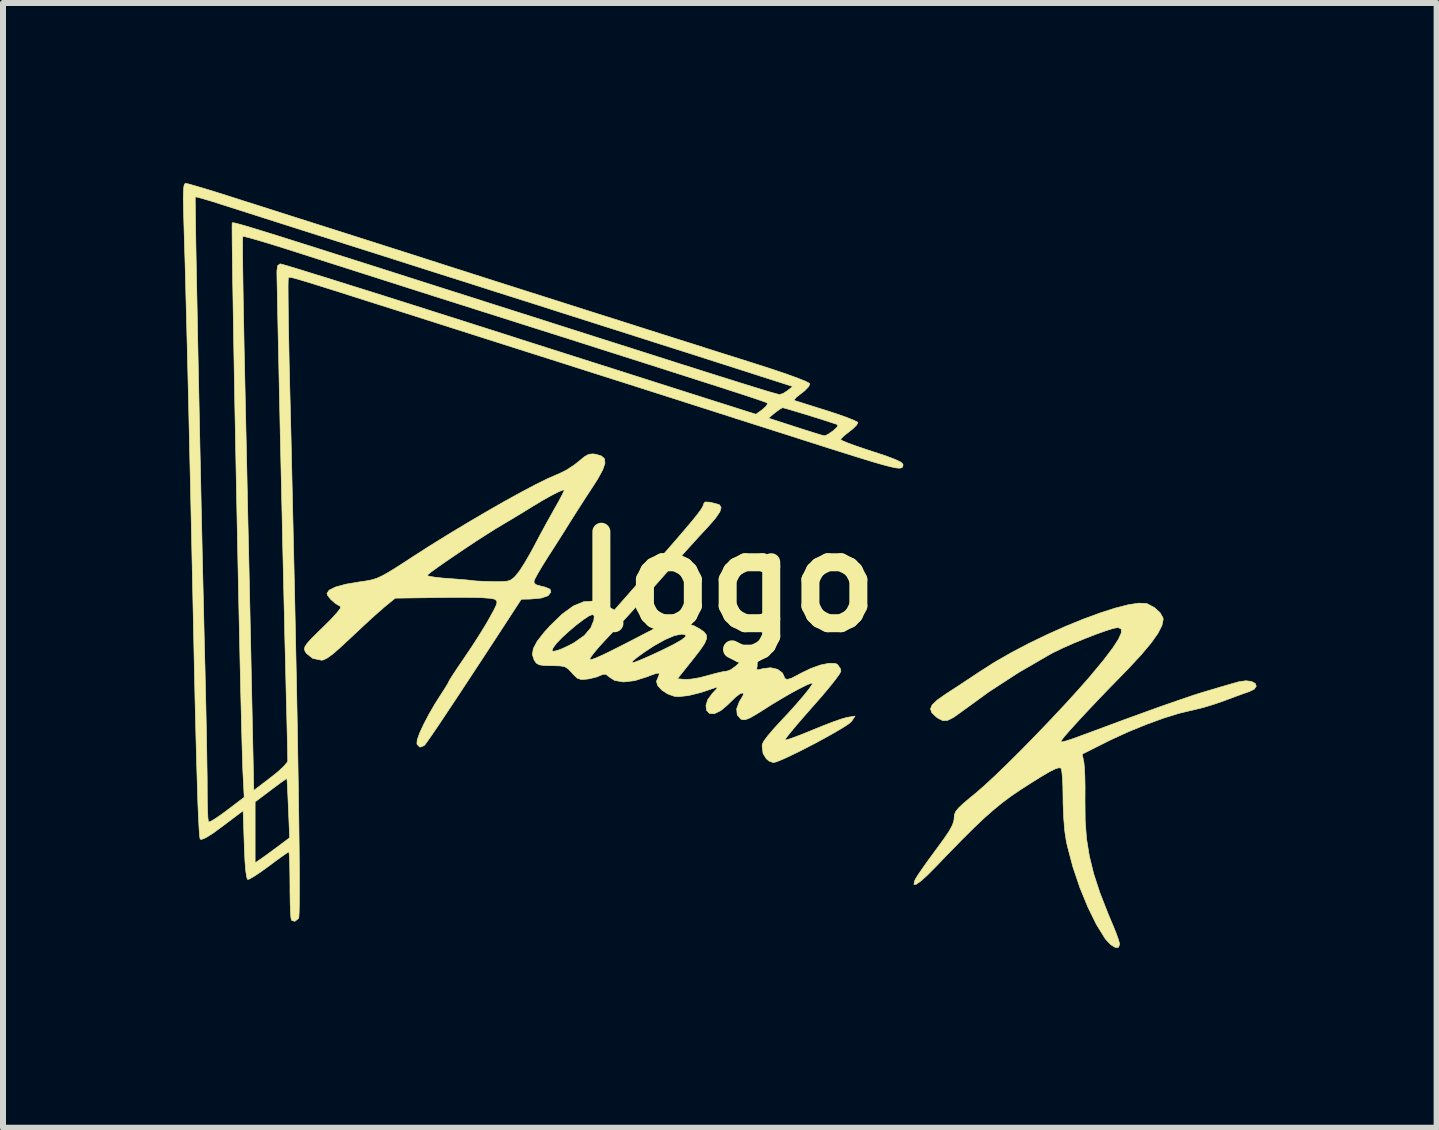
<source format=kicad_pcb>
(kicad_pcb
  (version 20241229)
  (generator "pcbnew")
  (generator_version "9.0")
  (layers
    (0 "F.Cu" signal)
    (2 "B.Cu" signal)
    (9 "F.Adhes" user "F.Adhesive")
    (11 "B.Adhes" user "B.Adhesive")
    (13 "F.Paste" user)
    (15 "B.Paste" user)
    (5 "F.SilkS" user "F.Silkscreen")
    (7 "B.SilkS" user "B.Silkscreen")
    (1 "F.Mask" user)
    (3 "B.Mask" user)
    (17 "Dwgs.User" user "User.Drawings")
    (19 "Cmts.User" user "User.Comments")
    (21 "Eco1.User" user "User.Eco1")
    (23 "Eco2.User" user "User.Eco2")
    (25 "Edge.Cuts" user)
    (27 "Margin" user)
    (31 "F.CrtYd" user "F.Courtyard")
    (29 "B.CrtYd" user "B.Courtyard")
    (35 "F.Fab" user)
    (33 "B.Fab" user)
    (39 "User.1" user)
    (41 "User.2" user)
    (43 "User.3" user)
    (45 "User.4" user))
  (footprint "logo"
    (layer "F.Cu")
    (at 9.075 6.645)
    (property "Reference" "logo" (at 0 0 0) (layer "F.SilkS") (effects (font (size 1.524 1.524) (thickness 0.3))))
    (attr through_hole)
    (fp_poly (pts (xy -2.195 -2.125) (xy -2.102 -2.096) (xy -2.051 -2.049) (xy -2.045 -1.974) (xy -2.083 -1.864) (xy -2.166 -1.713) (xy -2.258 -1.57) (xy -2.368 -1.402) (xy -2.478 -1.23) (xy -2.575 -1.079) (xy -2.626 -0.998) (xy -2.702 -0.875) (xy -2.803 -0.715) (xy -2.914 -0.541) (xy -2.994 -0.417) (xy -3.085 -0.272) (xy -3.16 -0.145) (xy -3.21 -0.053) (xy -3.228 -0.008) (xy -3.221 0.025) (xy -3.186 0.05) (xy -3.105 0.073) (xy -3.037 0.089) (xy -2.959 0.124) (xy -2.946 0.172) (xy -2.994 0.232) (xy -3.11 0.271) (xy -3.289 0.287) (xy -3.439 0.29) (xy -3.776 0.807) (xy -4.059 1.24) (xy -4.304 1.613) (xy -4.512 1.929) (xy -4.685 2.189) (xy -4.823 2.396) (xy -4.929 2.552) (xy -5.003 2.658) (xy -5.047 2.717) (xy -5.06 2.73) (xy -5.127 2.755) (xy -5.171 2.713) (xy -5.178 2.697) (xy -5.173 2.634) (xy -5.134 2.523) (xy -5.067 2.378) (xy -4.98 2.211) (xy -4.878 2.035) (xy -4.783 1.886) (xy -4.714 1.779) (xy -4.664 1.698) (xy -4.645 1.658) (xy -4.645 1.658) (xy -4.625 1.622) (xy -4.572 1.539) (xy -4.493 1.42) (xy -4.396 1.278) (xy -4.386 1.263) (xy -4.266 1.085) (xy -4.144 0.896) (xy -4.035 0.719) (xy -3.971 0.608) (xy -3.897 0.473) (xy -3.856 0.388) (xy -3.843 0.338) (xy -3.856 0.309) (xy -3.886 0.288) (xy -3.951 0.275) (xy -4.084 0.265) (xy -4.282 0.26) (xy -4.539 0.259) (xy -4.749 0.261) (xy -5.54 0.272) (xy -5.716 0.416) (xy -5.807 0.495) (xy -5.936 0.61) (xy -6.085 0.748) (xy -6.241 0.894) (xy -6.282 0.933) (xy -6.452 1.091) (xy -6.579 1.202) (xy -6.673 1.27) (xy -6.74 1.302) (xy -6.768 1.306) (xy -6.913 1.276) (xy -7.019 1.192) (xy -7.042 1.157) (xy -7.053 1.121) (xy -7.044 1.081) (xy -7.007 1.025) (xy -6.935 0.945) (xy -6.82 0.831) (xy -6.743 0.757) (xy -6.613 0.628) (xy -6.516 0.522) (xy -6.458 0.448) (xy -6.447 0.414) (xy -6.448 0.413) (xy -6.534 0.362) (xy -6.615 0.291) (xy -6.668 0.223) (xy -6.677 0.195) (xy -6.641 0.139) (xy -6.536 0.087) (xy -6.366 0.04) (xy -6.135 0.001) (xy -6.131 0.000424) (xy -6.02 -0.016) (xy -5.928 -0.034) (xy -5.845 -0.06) (xy -5.755 -0.101) (xy -5.745 -0.106) (xy -5.007 -0.106) (xy -4.974 -0.093) (xy -4.883 -0.078) (xy -4.751 -0.063) (xy -4.654 -0.056) (xy -4.496 -0.044) (xy -4.362 -0.033) (xy -4.271 -0.024) (xy -4.245 -0.02) (xy -4.185 -0.014) (xy -4.073 -0.009) (xy -3.934 -0.005) (xy -3.908 -0.004) (xy -3.764 -0.004) (xy -3.671 -0.011) (xy -3.61 -0.033) (xy -3.558 -0.074) (xy -3.522 -0.113) (xy -3.461 -0.192) (xy -3.381 -0.318) (xy -3.293 -0.469) (xy -3.235 -0.575) (xy -3.137 -0.761) (xy -3.028 -0.962) (xy -2.926 -1.145) (xy -2.887 -1.215) (xy -2.814 -1.344) (xy -2.758 -1.45) (xy -2.726 -1.516) (xy -2.721 -1.529) (xy -2.75 -1.529) (xy -2.829 -1.495) (xy -2.948 -1.434) (xy -3.095 -1.351) (xy -3.26 -1.252) (xy -3.284 -1.237) (xy -3.435 -1.144) (xy -3.607 -1.04) (xy -3.737 -0.963) (xy -3.864 -0.887) (xy -4.018 -0.79) (xy -4.19 -0.679) (xy -4.368 -0.561) (xy -4.543 -0.443) (xy -4.704 -0.333) (xy -4.841 -0.237) (xy -4.943 -0.163) (xy -4.999 -0.117) (xy -5.007 -0.106) (xy -5.745 -0.106) (xy -5.647 -0.162) (xy -5.506 -0.249) (xy -5.321 -0.369) (xy -5.28 -0.396) (xy -4.978 -0.59) (xy -4.662 -0.786) (xy -4.342 -0.979) (xy -4.027 -1.164) (xy -3.725 -1.337) (xy -3.445 -1.491) (xy -3.198 -1.622) (xy -2.992 -1.723) (xy -2.836 -1.791) (xy -2.82 -1.797) (xy -2.691 -1.86) (xy -2.553 -1.95) (xy -2.484 -2.005) (xy -2.385 -2.086) (xy -2.314 -2.125) (xy -2.245 -2.132) (xy -2.195 -2.125)) (stroke (width 0.01) (type solid)) (fill yes) (layer "F.SilkS"))
    (fp_poly (pts (xy 6.975 0.36) (xy 6.995 0.367) (xy 7.111 0.429) (xy 7.204 0.513) (xy 7.253 0.599) (xy 7.257 0.624) (xy 7.236 0.727) (xy 7.171 0.855) (xy 7.059 1.014) (xy 6.898 1.207) (xy 6.683 1.439) (xy 6.575 1.55) (xy 6.365 1.765) (xy 6.167 1.971) (xy 5.987 2.162) (xy 5.83 2.331) (xy 5.702 2.472) (xy 5.61 2.578) (xy 5.56 2.643) (xy 5.552 2.659) (xy 5.559 2.667) (xy 5.588 2.664) (xy 5.645 2.649) (xy 5.74 2.618) (xy 5.878 2.568) (xy 6.07 2.497) (xy 6.296 2.413) (xy 6.593 2.303) (xy 6.906 2.189) (xy 7.214 2.078) (xy 7.498 1.979) (xy 7.736 1.898) (xy 7.747 1.894) (xy 7.853 1.86) (xy 8.005 1.814) (xy 8.18 1.762) (xy 8.355 1.711) (xy 8.506 1.668) (xy 8.513 1.666) (xy 8.634 1.648) (xy 8.729 1.66) (xy 8.791 1.694) (xy 8.808 1.74) (xy 8.772 1.79) (xy 8.687 1.83) (xy 8.606 1.858) (xy 8.479 1.904) (xy 8.329 1.96) (xy 8.273 1.981) (xy 8.1 2.041) (xy 7.918 2.096) (xy 7.763 2.134) (xy 7.735 2.14) (xy 7.52 2.191) (xy 7.26 2.272) (xy 6.973 2.377) (xy 6.676 2.498) (xy 6.388 2.63) (xy 6.315 2.666) (xy 5.907 2.871) (xy 5.935 3.005) (xy 5.944 3.09) (xy 5.951 3.231) (xy 5.955 3.408) (xy 5.954 3.603) (xy 5.954 3.647) (xy 5.957 3.976) (xy 5.979 4.278) (xy 6.026 4.569) (xy 6.099 4.866) (xy 6.203 5.184) (xy 6.342 5.539) (xy 6.419 5.722) (xy 6.473 5.854) (xy 6.512 5.964) (xy 6.531 6.033) (xy 6.531 6.04) (xy 6.511 6.091) (xy 6.457 6.091) (xy 6.383 6.046) (xy 6.302 5.96) (xy 6.288 5.942) (xy 6.143 5.707) (xy 6.001 5.418) (xy 5.868 5.093) (xy 5.752 4.749) (xy 5.661 4.405) (xy 5.643 4.325) (xy 5.617 4.154) (xy 5.599 3.935) (xy 5.589 3.692) (xy 5.588 3.592) (xy 5.585 3.41) (xy 5.578 3.259) (xy 5.567 3.153) (xy 5.554 3.104) (xy 5.553 3.103) (xy 5.518 3.098) (xy 5.457 3.117) (xy 5.364 3.163) (xy 5.231 3.241) (xy 5.052 3.353) (xy 4.874 3.467) (xy 4.724 3.569) (xy 4.58 3.676) (xy 4.433 3.796) (xy 4.275 3.935) (xy 4.098 4.103) (xy 3.895 4.305) (xy 3.657 4.549) (xy 3.47 4.744) (xy 3.325 4.89) (xy 3.214 4.989) (xy 3.139 5.041) (xy 3.104 5.042) (xy 3.112 4.991) (xy 3.134 4.944) (xy 3.175 4.878) (xy 3.25 4.769) (xy 3.349 4.63) (xy 3.461 4.477) (xy 3.48 4.452) (xy 3.606 4.279) (xy 3.693 4.15) (xy 3.745 4.054) (xy 3.769 3.98) (xy 3.774 3.936) (xy 3.778 3.881) (xy 3.799 3.83) (xy 3.845 3.771) (xy 3.924 3.695) (xy 4.048 3.591) (xy 4.128 3.526) (xy 4.273 3.4) (xy 4.457 3.23) (xy 4.67 3.024) (xy 4.903 2.792) (xy 5.146 2.544) (xy 5.389 2.29) (xy 5.624 2.039) (xy 5.841 1.801) (xy 6.03 1.586) (xy 6.067 1.542) (xy 6.267 1.3) (xy 6.415 1.105) (xy 6.512 0.956) (xy 6.559 0.85) (xy 6.558 0.787) (xy 6.51 0.762) (xy 6.5 0.762) (xy 6.424 0.776) (xy 6.298 0.816) (xy 6.135 0.874) (xy 5.953 0.945) (xy 5.764 1.022) (xy 5.586 1.101) (xy 5.432 1.175) (xy 5.37 1.208) (xy 4.844 1.513) (xy 4.355 1.831) (xy 3.891 2.168) (xy 3.759 2.262) (xy 3.663 2.309) (xy 3.585 2.312) (xy 3.508 2.275) (xy 3.47 2.247) (xy 3.401 2.18) (xy 3.379 2.117) (xy 3.408 2.05) (xy 3.492 1.97) (xy 3.637 1.868) (xy 3.674 1.844) (xy 3.837 1.738) (xy 4.008 1.625) (xy 4.157 1.526) (xy 4.196 1.5) (xy 4.445 1.341) (xy 4.722 1.182) (xy 5.017 1.027) (xy 5.321 0.88) (xy 5.625 0.744) (xy 5.921 0.623) (xy 6.201 0.52) (xy 6.455 0.438) (xy 6.674 0.382) (xy 6.85 0.355) (xy 6.975 0.36)) (stroke (width 0.01) (type solid)) (fill yes) (layer "F.SilkS"))
    (fp_poly (pts (xy -0.306 -1.328) (xy -0.281 -1.323) (xy -0.192 -1.301) (xy -0.137 -1.283) (xy -0.136 -1.282) (xy -0.109 -1.238) (xy -0.131 -1.165) (xy -0.205 -1.058) (xy -0.333 -0.911) (xy -0.354 -0.889) (xy -0.472 -0.762) (xy -0.619 -0.6) (xy -0.78 -0.422) (xy -0.936 -0.247) (xy -0.962 -0.218) (xy -1.185 0.034) (xy -1.371 0.243) (xy -1.532 0.421) (xy -1.676 0.58) (xy -1.816 0.731) (xy -1.961 0.886) (xy -2.03 0.959) (xy -2.144 1.083) (xy -2.232 1.188) (xy -2.287 1.262) (xy -2.299 1.296) (xy -2.298 1.296) (xy -2.266 1.294) (xy -2.203 1.272) (xy -2.104 1.229) (xy -1.961 1.16) (xy -1.77 1.064) (xy -1.523 0.937) (xy -1.405 0.875) (xy -1.239 0.79) (xy -1.115 0.736) (xy -1.016 0.705) (xy -0.92 0.692) (xy -0.833 0.689) (xy -0.679 0.699) (xy -0.56 0.732) (xy -0.469 0.782) (xy -0.395 0.834) (xy -0.355 0.884) (xy -0.35 0.944) (xy -0.383 1.024) (xy -0.458 1.136) (xy -0.577 1.289) (xy -0.605 1.324) (xy -0.837 1.615) (xy -0.711 1.626) (xy -0.611 1.621) (xy -0.473 1.598) (xy -0.334 1.562) (xy -0.199 1.525) (xy -0.084 1.498) (xy -0.013 1.488) (xy -0.012 1.488) (xy 0.054 1.463) (xy 0.14 1.4) (xy 0.181 1.361) (xy 0.266 1.286) (xy 0.34 1.24) (xy 0.366 1.234) (xy 0.447 1.265) (xy 0.493 1.339) (xy 0.491 1.41) (xy 0.483 1.456) (xy 0.51 1.466) (xy 0.588 1.446) (xy 0.716 1.431) (xy 0.831 1.457) (xy 0.912 1.518) (xy 0.933 1.561) (xy 0.954 1.611) (xy 0.991 1.627) (xy 1.059 1.608) (xy 1.169 1.552) (xy 1.211 1.528) (xy 1.382 1.445) (xy 1.546 1.386) (xy 1.689 1.357) (xy 1.794 1.36) (xy 1.83 1.377) (xy 1.878 1.446) (xy 1.887 1.488) (xy 1.864 1.534) (xy 1.799 1.624) (xy 1.7 1.749) (xy 1.574 1.899) (xy 1.429 2.065) (xy 1.411 2.085) (xy 1.267 2.249) (xy 1.142 2.394) (xy 1.043 2.513) (xy 0.978 2.596) (xy 0.954 2.634) (xy 0.955 2.636) (xy 0.993 2.63) (xy 1.085 2.599) (xy 1.218 2.549) (xy 1.379 2.484) (xy 1.42 2.467) (xy 1.599 2.394) (xy 1.764 2.331) (xy 1.899 2.284) (xy 1.988 2.259) (xy 1.994 2.258) (xy 2.122 2.237) (xy 2.064 2.325) (xy 2.016 2.367) (xy 1.914 2.433) (xy 1.773 2.516) (xy 1.605 2.61) (xy 1.423 2.707) (xy 1.24 2.802) (xy 1.069 2.886) (xy 0.923 2.954) (xy 0.815 2.998) (xy 0.76 3.012) (xy 0.69 2.986) (xy 0.644 2.948) (xy 0.59 2.861) (xy 0.575 2.749) (xy 0.576 2.708) (xy 0.602 2.655) (xy 0.669 2.565) (xy 0.766 2.451) (xy 0.863 2.345) (xy 1.01 2.188) (xy 1.146 2.037) (xy 1.263 1.901) (xy 1.352 1.79) (xy 1.404 1.715) (xy 1.415 1.69) (xy 1.386 1.69) (xy 1.307 1.723) (xy 1.189 1.782) (xy 1.044 1.861) (xy 0.884 1.954) (xy 0.718 2.054) (xy 0.628 2.112) (xy 0.476 2.207) (xy 0.372 2.267) (xy 0.301 2.295) (xy 0.251 2.298) (xy 0.22 2.287) (xy 0.159 2.218) (xy 0.15 2.115) (xy 0.195 1.995) (xy 0.22 1.956) (xy 0.262 1.881) (xy 0.255 1.85) (xy 0.21 1.862) (xy 0.137 1.916) (xy 0.088 1.963) (xy -0.007 2.055) (xy -0.103 2.136) (xy -0.118 2.147) (xy -0.224 2.198) (xy -0.303 2.193) (xy -0.351 2.143) (xy -0.362 2.062) (xy -0.331 1.962) (xy -0.252 1.855) (xy -0.245 1.848) (xy -0.181 1.78) (xy -0.173 1.755) (xy -0.2 1.761) (xy -0.443 1.843) (xy -0.653 1.895) (xy -0.818 1.913) (xy -0.886 1.908) (xy -0.997 1.869) (xy -1.096 1.805) (xy -1.165 1.731) (xy -1.186 1.662) (xy -1.183 1.649) (xy -1.149 1.566) (xy -1.14 1.543) (xy -1.144 1.521) (xy -1.194 1.527) (xy -1.297 1.563) (xy -1.338 1.58) (xy -1.551 1.647) (xy -1.736 1.668) (xy -1.883 1.643) (xy -1.965 1.591) (xy -2.03 1.54) (xy -2.085 1.542) (xy -2.111 1.556) (xy -2.189 1.587) (xy -2.301 1.614) (xy -2.335 1.62) (xy -2.438 1.628) (xy -2.505 1.607) (xy -2.571 1.544) (xy -2.593 1.519) (xy -2.654 1.453) (xy -2.711 1.416) (xy -2.788 1.401) (xy -2.911 1.397) (xy -2.934 1.397) (xy -3.064 1.394) (xy -3.142 1.382) (xy -3.189 1.354) (xy -3.195 1.346) (xy -1.596 1.346) (xy -1.55 1.339) (xy -1.444 1.298) (xy -1.275 1.224) (xy -1.107 1.146) (xy -0.905 1.046) (xy -0.77 0.969) (xy -0.701 0.915) (xy -0.699 0.883) (xy -0.76 0.872) (xy -0.771 0.872) (xy -0.888 0.896) (xy -1.045 0.963) (xy -1.229 1.066) (xy -1.381 1.166) (xy -1.51 1.259) (xy -1.582 1.319) (xy -1.596 1.346) (xy -3.195 1.346) (xy -3.224 1.303) (xy -3.225 1.302) (xy -3.254 1.212) (xy -3.244 1.148) (xy -2.928 1.148) (xy -2.903 1.158) (xy -2.843 1.145) (xy -2.753 1.112) (xy -2.634 1.055) (xy -2.558 1.014) (xy -2.389 0.895) (xy -2.281 0.767) (xy -2.23 0.64) (xy -2.223 0.564) (xy -2.251 0.544) (xy -2.312 0.568) (xy -2.408 0.632) (xy -2.526 0.722) (xy -2.65 0.827) (xy -2.765 0.933) (xy -2.857 1.029) (xy -2.909 1.1) (xy -2.928 1.148) (xy -3.244 1.148) (xy -3.238 1.111) (xy -3.174 0.99) (xy -3.057 0.841) (xy -2.962 0.736) (xy -2.756 0.536) (xy -2.571 0.402) (xy -2.399 0.331) (xy -2.237 0.321) (xy -2.077 0.369) (xy -2.053 0.381) (xy -1.887 0.47) (xy -1.261 -0.242) (xy -1.029 -0.506) (xy -0.841 -0.722) (xy -0.694 -0.894) (xy -0.581 -1.028) (xy -0.5 -1.129) (xy -0.446 -1.203) (xy -0.415 -1.255) (xy -0.401 -1.29) (xy -0.4 -1.3) (xy -0.378 -1.33) (xy -0.306 -1.328)) (stroke (width 0.01) (type solid)) (fill yes) (layer "F.SilkS"))
    (fp_poly (pts (xy -8.984 -6.63) (xy -8.878 -6.6) (xy -8.725 -6.555) (xy -8.539 -6.498) (xy -8.329 -6.432) (xy -8.311 -6.426) (xy -8.102 -6.359) (xy -7.84 -6.276) (xy -7.539 -6.18) (xy -7.217 -6.077) (xy -6.886 -5.972) (xy -6.565 -5.87) (xy -6.477 -5.842) (xy -6.169 -5.744) (xy -5.856 -5.644) (xy -5.552 -5.547) (xy -5.27 -5.457) (xy -5.024 -5.378) (xy -4.829 -5.316) (xy -4.772 -5.297) (xy -4.616 -5.247) (xy -4.399 -5.178) (xy -4.128 -5.091) (xy -3.812 -4.99) (xy -3.457 -4.877) (xy -3.072 -4.755) (xy -2.664 -4.625) (xy -2.241 -4.49) (xy -1.81 -4.354) (xy -1.381 -4.217) (xy -0.959 -4.083) (xy -0.554 -3.955) (xy -0.172 -3.833) (xy 0.178 -3.723) (xy 0.417 -3.647) (xy 0.722 -3.549) (xy 0.972 -3.465) (xy 1.164 -3.395) (xy 1.296 -3.343) (xy 1.362 -3.307) (xy 1.37 -3.298) (xy 1.347 -3.25) (xy 1.281 -3.182) (xy 1.227 -3.141) (xy 1.148 -3.079) (xy 1.108 -3.036) (xy 1.109 -3.023) (xy 1.154 -3.009) (xy 1.255 -2.977) (xy 1.399 -2.932) (xy 1.573 -2.877) (xy 1.65 -2.853) (xy 1.83 -2.794) (xy 1.983 -2.74) (xy 2.098 -2.694) (xy 2.161 -2.663) (xy 2.169 -2.655) (xy 2.15 -2.614) (xy 2.086 -2.55) (xy 2.033 -2.508) (xy 1.947 -2.441) (xy 1.892 -2.388) (xy 1.882 -2.371) (xy 1.915 -2.35) (xy 2.004 -2.313) (xy 2.14 -2.263) (xy 2.309 -2.206) (xy 2.401 -2.176) (xy 2.631 -2.1) (xy 2.793 -2.039) (xy 2.889 -1.993) (xy 2.921 -1.959) (xy 2.921 -1.959) (xy 2.92 -1.932) (xy 2.912 -1.911) (xy 2.892 -1.898) (xy 2.856 -1.894) (xy 2.796 -1.9) (xy 2.708 -1.919) (xy 2.587 -1.951) (xy 2.426 -1.997) (xy 2.221 -2.06) (xy 1.965 -2.14) (xy 1.654 -2.238) (xy 1.282 -2.357) (xy 1.089 -2.419) (xy 0.784 -2.516) (xy 0.439 -2.626) (xy 0.12 -2.728) (xy 0.679 -2.728) (xy 1.129 -2.582) (xy 1.3 -2.527) (xy 1.447 -2.481) (xy 1.555 -2.448) (xy 1.612 -2.434) (xy 1.615 -2.433) (xy 1.664 -2.453) (xy 1.741 -2.505) (xy 1.76 -2.519) (xy 1.825 -2.58) (xy 1.834 -2.614) (xy 1.814 -2.626) (xy 1.704 -2.662) (xy 1.563 -2.708) (xy 1.405 -2.757) (xy 1.246 -2.806) (xy 1.103 -2.849) (xy 0.992 -2.882) (xy 0.926 -2.9) (xy 0.917 -2.902) (xy 0.873 -2.88) (xy 0.8 -2.827) (xy 0.784 -2.814) (xy 0.679 -2.728) (xy 0.12 -2.728) (xy 0.081 -2.741) (xy -0.264 -2.851) (xy -0.57 -2.949) (xy -0.599 -2.958) (xy -0.885 -3.05) (xy -1.24 -3.163) (xy -1.662 -3.298) (xy -2.15 -3.453) (xy -2.702 -3.629) (xy -3.318 -3.825) (xy -3.997 -4.041) (xy -4.737 -4.277) (xy -5.537 -4.532) (xy -5.806 -4.617) (xy -6.165 -4.731) (xy -6.462 -4.826) (xy -6.701 -4.901) (xy -6.891 -4.961) (xy -7.035 -5.005) (xy -7.142 -5.037) (xy -7.216 -5.058) (xy -7.265 -5.07) (xy -7.294 -5.074) (xy -7.309 -5.073) (xy -7.318 -5.068) (xy -7.32 -5.066) (xy -7.323 -5.026) (xy -7.325 -4.922) (xy -7.324 -4.759) (xy -7.322 -4.545) (xy -7.319 -4.288) (xy -7.313 -3.994) (xy -7.307 -3.67) (xy -7.299 -3.348) (xy -7.275 -2.38) (xy -7.254 -1.459) (xy -7.234 -0.586) (xy -7.215 0.236) (xy -7.199 1.006) (xy -7.184 1.723) (xy -7.171 2.385) (xy -7.161 2.989) (xy -7.152 3.536) (xy -7.145 4.022) (xy -7.14 4.446) (xy -7.137 4.808) (xy -7.136 5.104) (xy -7.137 5.333) (xy -7.14 5.495) (xy -7.145 5.586) (xy -7.15 5.608) (xy -7.212 5.657) (xy -7.266 5.64) (xy -7.269 5.636) (xy -7.278 5.593) (xy -7.285 5.491) (xy -7.29 5.342) (xy -7.293 5.161) (xy -7.293 5.056) (xy -7.295 4.864) (xy -7.298 4.701) (xy -7.303 4.579) (xy -7.309 4.51) (xy -7.313 4.499) (xy -7.348 4.52) (xy -7.428 4.576) (xy -7.54 4.657) (xy -7.646 4.736) (xy -7.777 4.831) (xy -7.889 4.906) (xy -7.968 4.951) (xy -7.999 4.96) (xy -8.015 4.919) (xy -8.031 4.811) (xy -8.044 4.643) (xy -8.054 4.421) (xy -8.055 4.38) (xy -8.074 3.814) (xy -8.413 4.069) (xy -8.578 4.19) (xy -8.694 4.263) (xy -8.765 4.292) (xy -8.79 4.287) (xy -8.798 4.243) (xy -8.807 4.127) (xy -8.817 3.94) (xy -8.828 3.683) (xy -8.838 3.357) (xy -8.85 2.962) (xy -8.862 2.5) (xy -8.875 1.97) (xy -8.888 1.375) (xy -8.893 1.136) (xy -8.913 0.191) (xy -8.932 -0.701) (xy -8.95 -1.538) (xy -8.968 -2.32) (xy -8.984 -3.042) (xy -9 -3.704) (xy -9.015 -4.303) (xy -9.029 -4.838) (xy -9.041 -5.305) (xy -9.053 -5.703) (xy -9.059 -5.905) (xy -9.066 -6.159) (xy -9.07 -6.349) (xy -9.07 -6.379) (xy -8.872 -6.379) (xy -8.871 -6.274) (xy -8.869 -6.108) (xy -8.865 -5.885) (xy -8.861 -5.612) (xy -8.855 -5.292) (xy -8.848 -4.933) (xy -8.84 -4.538) (xy -8.832 -4.113) (xy -8.823 -3.665) (xy -8.813 -3.197) (xy -8.803 -2.716) (xy -8.793 -2.227) (xy -8.782 -1.735) (xy -8.772 -1.246) (xy -8.761 -0.765) (xy -8.751 -0.297) (xy -8.74 0.153) (xy -8.73 0.578) (xy -8.721 0.974) (xy -8.712 1.335) (xy -8.71 1.397) (xy -8.702 1.748) (xy -8.694 2.097) (xy -8.687 2.433) (xy -8.681 2.744) (xy -8.677 3.02) (xy -8.673 3.249) (xy -8.672 3.42) (xy -8.672 3.45) (xy -8.671 3.639) (xy -8.667 3.801) (xy -8.661 3.924) (xy -8.653 3.992) (xy -8.65 4.002) (xy -8.613 3.991) (xy -8.533 3.943) (xy -8.423 3.867) (xy -8.342 3.807) (xy -8.158 3.667) (xy -7.874 3.667) (xy -7.874 4.683) (xy -7.755 4.601) (xy -7.656 4.53) (xy -7.534 4.44) (xy -7.468 4.391) (xy -7.299 4.264) (xy -7.319 3.774) (xy -7.327 3.594) (xy -7.334 3.443) (xy -7.34 3.334) (xy -7.344 3.28) (xy -7.345 3.277) (xy -7.373 3.294) (xy -7.447 3.346) (xy -7.552 3.424) (xy -7.612 3.469) (xy -7.874 3.667) (xy -8.158 3.667) (xy -8.056 3.59) (xy -8.075 3.219) (xy -8.08 3.111) (xy -8.085 2.94) (xy -8.092 2.714) (xy -8.099 2.436) (xy -8.107 2.112) (xy -8.116 1.747) (xy -8.125 1.347) (xy -8.134 0.917) (xy -8.144 0.463) (xy -8.154 -0.012) (xy -8.164 -0.501) (xy -8.174 -0.999) (xy -8.184 -1.5) (xy -8.194 -2.001) (xy -8.203 -2.494) (xy -8.213 -2.975) (xy -8.221 -3.44) (xy -8.229 -3.881) (xy -8.236 -4.295) (xy -8.242 -4.676) (xy -8.248 -5.018) (xy -8.252 -5.317) (xy -8.255 -5.566) (xy -8.256 -5.613) (xy -8.083 -5.613) (xy -8.082 -5.447) (xy -8.08 -5.226) (xy -8.076 -4.955) (xy -8.071 -4.64) (xy -8.064 -4.288) (xy -8.057 -3.904) (xy -8.048 -3.493) (xy -8.04 -3.132) (xy -8.029 -2.631) (xy -8.017 -2.096) (xy -8.005 -1.539) (xy -7.993 -0.976) (xy -7.98 -0.418) (xy -7.968 0.121) (xy -7.957 0.627) (xy -7.947 1.086) (xy -7.939 1.475) (xy -7.896 3.476) (xy -7.613 3.26) (xy -7.489 3.16) (xy -7.394 3.071) (xy -7.338 3.005) (xy -7.33 2.983) (xy -7.331 2.934) (xy -7.333 2.821) (xy -7.337 2.651) (xy -7.342 2.433) (xy -7.348 2.175) (xy -7.356 1.884) (xy -7.363 1.569) (xy -7.366 1.451) (xy -7.372 1.198) (xy -7.38 0.898) (xy -7.387 0.558) (xy -7.396 0.185) (xy -7.405 -0.216) (xy -7.415 -0.638) (xy -7.424 -1.074) (xy -7.434 -1.519) (xy -7.444 -1.965) (xy -7.454 -2.407) (xy -7.463 -2.839) (xy -7.472 -3.253) (xy -7.48 -3.643) (xy -7.488 -4.004) (xy -7.495 -4.329) (xy -7.501 -4.611) (xy -7.505 -4.844) (xy -7.509 -5.022) (xy -7.511 -5.138) (xy -7.511 -5.18) (xy -7.499 -5.268) (xy -7.458 -5.298) (xy -7.453 -5.298) (xy -7.41 -5.287) (xy -7.304 -5.256) (xy -7.138 -5.206) (xy -6.92 -5.138) (xy -6.654 -5.056) (xy -6.346 -4.959) (xy -6 -4.851) (xy -5.623 -4.732) (xy -5.219 -4.604) (xy -4.795 -4.469) (xy -4.65 -4.423) (xy -3.943 -4.198) (xy -3.303 -3.993) (xy -2.725 -3.809) (xy -2.207 -3.644) (xy -1.747 -3.498) (xy -1.34 -3.368) (xy -0.983 -3.254) (xy -0.675 -3.156) (xy -0.411 -3.072) (xy -0.188 -3.001) (xy -0.004 -2.943) (xy 0.136 -2.898) (xy 0.471 -2.792) (xy 0.581 -2.872) (xy 0.644 -2.93) (xy 0.666 -2.973) (xy 0.662 -2.979) (xy 0.639 -2.99) (xy 0.578 -3.012) (xy 0.476 -3.047) (xy 0.332 -3.095) (xy 0.142 -3.157) (xy -0.096 -3.234) (xy -0.383 -3.326) (xy -0.723 -3.435) (xy -1.117 -3.561) (xy -1.569 -3.705) (xy -2.081 -3.868) (xy -2.654 -4.051) (xy -3.292 -4.253) (xy -3.997 -4.477) (xy -4.01 -4.481) (xy -4.909 -4.766) (xy -5.767 -5.04) (xy -6.573 -5.297) (xy -7.215 -5.503) (xy -7.45 -5.578) (xy -7.661 -5.643) (xy -7.839 -5.696) (xy -7.974 -5.734) (xy -8.058 -5.755) (xy -8.08 -5.757) (xy -8.082 -5.718) (xy -8.083 -5.613) (xy -8.256 -5.613) (xy -8.257 -5.762) (xy -8.258 -5.898) (xy -8.257 -5.97) (xy -8.256 -5.98) (xy -8.25 -5.983) (xy -8.237 -5.983) (xy -8.213 -5.979) (xy -8.175 -5.97) (xy -8.118 -5.955) (xy -8.041 -5.933) (xy -7.938 -5.902) (xy -7.806 -5.862) (xy -7.642 -5.811) (xy -7.442 -5.749) (xy -7.203 -5.673) (xy -6.92 -5.584) (xy -6.591 -5.479) (xy -6.212 -5.359) (xy -5.778 -5.221) (xy -5.287 -5.064) (xy -4.735 -4.888) (xy -4.118 -4.692) (xy -3.973 -4.645) (xy -3.29 -4.428) (xy -2.673 -4.231) (xy -2.118 -4.054) (xy -1.623 -3.897) (xy -1.184 -3.757) (xy -0.799 -3.634) (xy -0.463 -3.528) (xy -0.173 -3.436) (xy 0.073 -3.359) (xy 0.279 -3.294) (xy 0.448 -3.242) (xy 0.584 -3.2) (xy 0.689 -3.168) (xy 0.767 -3.146) (xy 0.821 -3.131) (xy 0.854 -3.123) (xy 0.868 -3.121) (xy 0.928 -3.141) (xy 0.999 -3.188) (xy 1.085 -3.255) (xy 0.57 -3.42) (xy 0.234 -3.528) (xy -0.163 -3.655) (xy -0.615 -3.8) (xy -1.116 -3.959) (xy -1.658 -4.132) (xy -2.233 -4.315) (xy -2.836 -4.507) (xy -2.867 -4.517) (xy -3.195 -4.622) (xy -3.542 -4.732) (xy -3.889 -4.842) (xy -4.223 -4.949) (xy -4.525 -5.045) (xy -4.781 -5.126) (xy -4.862 -5.152) (xy -5.101 -5.228) (xy -5.393 -5.321) (xy -5.719 -5.425) (xy -6.063 -5.534) (xy -6.409 -5.644) (xy -6.738 -5.749) (xy -6.804 -5.769) (xy -7.105 -5.865) (xy -7.407 -5.961) (xy -7.695 -6.053) (xy -7.958 -6.137) (xy -8.183 -6.209) (xy -8.356 -6.264) (xy -8.413 -6.282) (xy -8.581 -6.336) (xy -8.722 -6.378) (xy -8.822 -6.406) (xy -8.869 -6.416) (xy -8.871 -6.416) (xy -8.872 -6.379) (xy -9.07 -6.379) (xy -9.069 -6.484) (xy -9.064 -6.571) (xy -9.054 -6.62) (xy -9.039 -6.639) (xy -9.033 -6.64) (xy -8.984 -6.63)) (stroke (width 0.01) (type solid)) (fill yes) (layer "F.SilkS")))
  (gr_rect
    (start -3 -3)
    (end 20.888 15.741)
    (stroke (width 0.1) (type default))
    (fill no)
    (layer "Edge.Cuts")))
</source>
